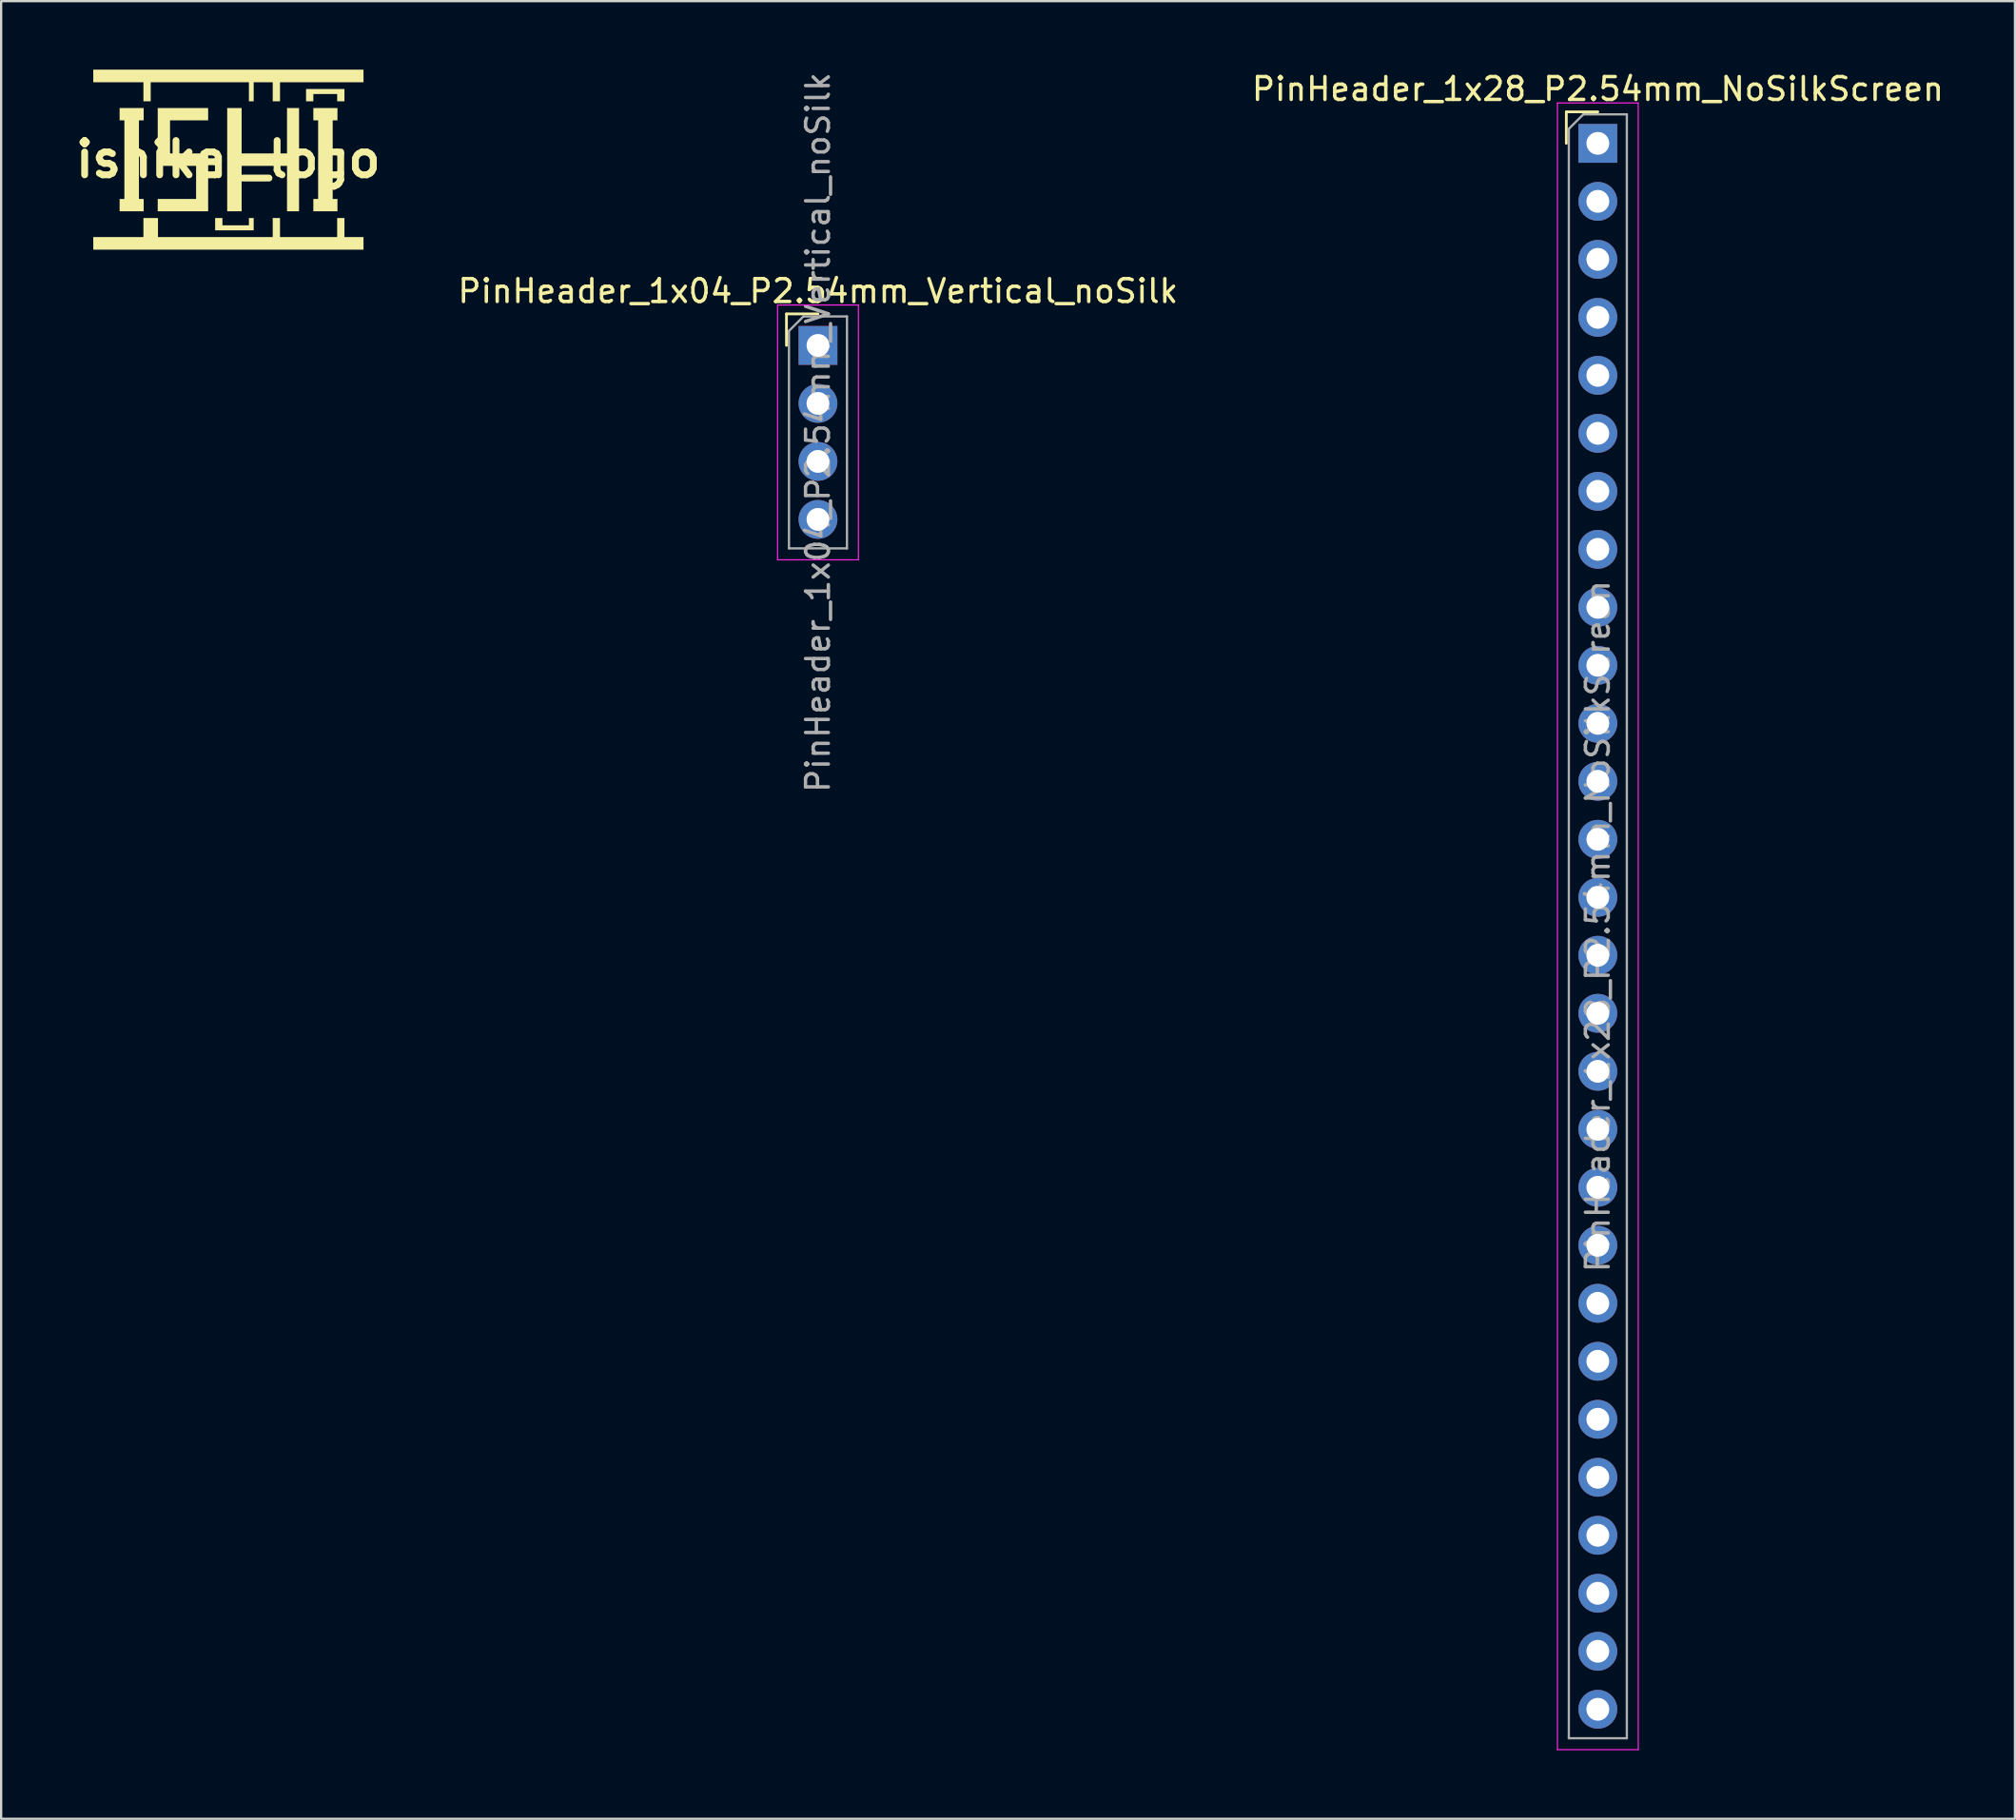
<source format=kicad_pcb>
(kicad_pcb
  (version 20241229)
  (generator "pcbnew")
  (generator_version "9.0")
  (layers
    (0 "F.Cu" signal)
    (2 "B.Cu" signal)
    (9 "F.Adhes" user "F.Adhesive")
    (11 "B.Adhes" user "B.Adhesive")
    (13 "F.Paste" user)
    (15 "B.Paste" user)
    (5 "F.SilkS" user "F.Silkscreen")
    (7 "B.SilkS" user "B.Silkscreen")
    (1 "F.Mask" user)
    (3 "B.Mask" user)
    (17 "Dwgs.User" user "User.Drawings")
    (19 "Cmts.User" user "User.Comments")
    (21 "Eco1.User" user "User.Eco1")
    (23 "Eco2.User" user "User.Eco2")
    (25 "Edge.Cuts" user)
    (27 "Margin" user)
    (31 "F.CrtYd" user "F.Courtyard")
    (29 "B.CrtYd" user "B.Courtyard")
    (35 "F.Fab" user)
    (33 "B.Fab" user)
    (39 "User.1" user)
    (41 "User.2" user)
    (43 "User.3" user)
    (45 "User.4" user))
  (footprint "ishikai_logo"
    (layer "F.Cu")
    (at 6.943 3.927)
    (property "Reference" "ishikai_logo" (at 0 0 0) (layer "F.SilkS") (effects (font (size 1.5 1.5) (thickness 0.3))))
    (attr board_only exclude_from_pos_files exclude_from_bom)
    (fp_poly (pts (xy -0.252 2.73) (xy -0.252 2.89) (xy 0.328 2.89) (xy 0.908 2.89) (xy 0.908 2.73) (xy 0.908 2.571) (xy 1.012 2.571) (xy 1.117 2.571) (xy 1.117 2.841) (xy 1.117 3.111) (xy 0.273 3.111) (xy -0.571 3.111) (xy -0.571 2.841) (xy -0.571 2.571) (xy -0.411 2.571) (xy -0.252 2.571)) (stroke (width 0) (type solid)) (fill yes) (layer "F.SilkS"))
    (fp_poly (pts (xy 5.092 -2.81) (xy 5.092 -2.54) (xy 4.933 -2.54) (xy 4.773 -2.54) (xy 4.773 -2.7) (xy 4.773 -2.859) (xy 4.252 -2.859) (xy 3.73 -2.859) (xy 3.73 -2.7) (xy 3.73 -2.54) (xy 3.571 -2.54) (xy 3.411 -2.54) (xy 3.411 -2.81) (xy 3.411 -3.08) (xy 4.252 -3.08) (xy 5.092 -3.08)) (stroke (width 0) (type solid)) (fill yes) (layer "F.SilkS"))
    (fp_poly (pts (xy -3.7 -1.976) (xy -3.7 -1.706) (xy -3.804 -1.706) (xy -3.908 -1.706) (xy -3.908 0.015) (xy -3.908 1.736) (xy -3.804 1.736) (xy -3.7 1.736) (xy -3.7 2.006) (xy -3.7 2.276) (xy -4.227 2.276) (xy -4.755 2.276) (xy -4.755 2.006) (xy -4.755 1.736) (xy -4.651 1.736) (xy -4.546 1.736) (xy -4.546 0.015) (xy -4.546 -1.706) (xy -4.651 -1.706) (xy -4.755 -1.706) (xy -4.755 -1.976) (xy -4.755 -2.246) (xy -4.227 -2.246) (xy -3.7 -2.246)) (stroke (width 0) (type solid)) (fill yes) (layer "F.SilkS"))
    (fp_poly (pts (xy -0.877 -1.976) (xy -0.877 -1.706) (xy -1.712 -1.706) (xy -2.546 -1.706) (xy -2.546 -0.982) (xy -2.546 -0.258) (xy -1.712 -0.258) (xy -0.877 -0.258) (xy -0.877 1.009) (xy -0.877 2.276) (xy -1.982 2.276) (xy -3.086 2.276) (xy -3.086 2.006) (xy -3.086 1.736) (xy -2.246 1.736) (xy -1.405 1.736) (xy -1.405 1.012) (xy -1.405 0.288) (xy -2.246 0.288) (xy -3.086 0.288) (xy -3.086 -0.979) (xy -3.086 -2.246) (xy -1.982 -2.246) (xy -0.877 -2.246)) (stroke (width 0) (type solid)) (fill yes) (layer "F.SilkS"))
    (fp_poly (pts (xy 0.589 -1.252) (xy 0.589 -0.258) (xy 1.583 -0.258) (xy 2.577 -0.258) (xy 2.577 -1.252) (xy 2.577 -2.246) (xy 2.841 -2.246) (xy 3.104 -2.246) (xy 3.104 0.015) (xy 3.104 2.276) (xy 2.841 2.276) (xy 2.577 2.276) (xy 2.577 1.282) (xy 2.577 0.288) (xy 1.583 0.288) (xy 0.589 0.288) (xy 0.589 1.282) (xy 0.589 2.276) (xy 0.273 2.276) (xy -0.043 2.276) (xy -0.043 0.015) (xy -0.043 -2.246) (xy 0.273 -2.246) (xy 0.589 -2.246)) (stroke (width 0) (type solid)) (fill yes) (layer "F.SilkS"))
    (fp_poly (pts (xy 4.786 -1.976) (xy 4.786 -1.706) (xy 4.681 -1.706) (xy 4.577 -1.706) (xy 4.577 0.015) (xy 4.577 1.736) (xy 4.681 1.736) (xy 4.786 1.736) (xy 4.786 2.006) (xy 4.786 2.276) (xy 4.258 2.276) (xy 3.73 2.276) (xy 3.73 2.006) (xy 3.73 1.736) (xy 3.835 1.736) (xy 3.939 1.736) (xy 3.939 0.015) (xy 3.939 -1.706) (xy 3.835 -1.706) (xy 3.73 -1.706) (xy 3.73 -1.976) (xy 3.73 -2.246) (xy 4.258 -2.246) (xy 4.786 -2.246)) (stroke (width 0) (type solid)) (fill yes) (layer "F.SilkS"))
    (fp_poly (pts (xy -3.074 2.988) (xy -3.074 3.405) (xy -0.561 3.405) (xy 1.951 3.405) (xy 1.951 2.988) (xy 1.951 2.571) (xy 2.111 2.571) (xy 2.27 2.571) (xy 2.27 2.988) (xy 2.27 3.405) (xy 3.522 3.405) (xy 4.773 3.405) (xy 4.773 2.988) (xy 4.773 2.571) (xy 4.933 2.571) (xy 5.092 2.571) (xy 5.092 2.988) (xy 5.092 3.405) (xy 5.509 3.405) (xy 5.927 3.405) (xy 5.927 3.681) (xy 5.927 3.957) (xy 0.009 3.957) (xy -5.908 3.957) (xy -5.908 3.681) (xy -5.908 3.405) (xy -4.81 3.405) (xy -3.712 3.405) (xy -3.712 2.988) (xy -3.712 2.571) (xy -3.393 2.571) (xy -3.074 2.571)) (stroke (width 0) (type solid)) (fill yes) (layer "F.SilkS"))
    (fp_poly (pts (xy 5.927 -3.65) (xy 5.927 -3.374) (xy 4.098 -3.374) (xy 2.27 -3.374) (xy 2.27 -2.957) (xy 2.27 -2.54) (xy 2.111 -2.54) (xy 1.951 -2.54) (xy 1.951 -2.957) (xy 1.951 -3.374) (xy 1.534 -3.374) (xy 1.117 -3.374) (xy 1.117 -2.957) (xy 1.117 -2.54) (xy 1.012 -2.54) (xy 0.908 -2.54) (xy 0.908 -2.957) (xy 0.908 -3.374) (xy -1.242 -3.374) (xy -3.393 -3.374) (xy -3.393 -2.957) (xy -3.393 -2.54) (xy -3.552 -2.54) (xy -3.712 -2.54) (xy -3.712 -2.957) (xy -3.712 -3.374) (xy -4.81 -3.374) (xy -5.908 -3.374) (xy -5.908 -3.65) (xy -5.908 -3.927) (xy 0.009 -3.927) (xy 5.927 -3.927)) (stroke (width 0) (type solid)) (fill yes) (layer "F.SilkS")))
  (footprint "PinHeader_1x04_P2.54mm_Vertical_noSilk"
    (layer "F.Cu")
    (at 32.773 12.077)
    (property "Reference" "PinHeader_1x04_P2.54mm_Vertical_noSilk" (at 0 -2.38 0) (layer "F.SilkS") (effects (font (size 1 1) (thickness 0.15))))
    (attr through_hole)
    (fp_line (start -1.38 -1.38) (end 0 -1.38) (stroke (width 0.12) (type solid)) (layer "F.SilkS"))
    (fp_line (start -1.38 0) (end -1.38 -1.38) (stroke (width 0.12) (type solid)) (layer "F.SilkS"))
    (fp_line (start -1.77 -1.77) (end -1.77 9.39) (stroke (width 0.05) (type solid)) (layer "F.CrtYd"))
    (fp_line (start -1.77 9.39) (end 1.77 9.39) (stroke (width 0.05) (type solid)) (layer "F.CrtYd"))
    (fp_line (start 1.77 -1.77) (end -1.77 -1.77) (stroke (width 0.05) (type solid)) (layer "F.CrtYd"))
    (fp_line (start 1.77 9.39) (end 1.77 -1.77) (stroke (width 0.05) (type solid)) (layer "F.CrtYd"))
    (fp_line (start -1.27 -0.635) (end -0.635 -1.27) (stroke (width 0.1) (type solid)) (layer "F.Fab"))
    (fp_line (start -1.27 8.89) (end -1.27 -0.635) (stroke (width 0.1) (type solid)) (layer "F.Fab"))
    (fp_line (start -0.635 -1.27) (end 1.27 -1.27) (stroke (width 0.1) (type solid)) (layer "F.Fab"))
    (fp_line (start 1.27 -1.27) (end 1.27 8.89) (stroke (width 0.1) (type solid)) (layer "F.Fab"))
    (fp_line (start 1.27 8.89) (end -1.27 8.89) (stroke (width 0.1) (type solid)) (layer "F.Fab"))
    (fp_text user "${REFERENCE}" (at 0 3.81 90) (layer "F.Fab") (effects (font (size 1 1) (thickness 0.15))))
    (pad "1" thru_hole rect (at 0 0) (size 1.7 1.7) (drill 1) (layers "*.Cu" "*.Mask"))
    (pad "2" thru_hole circle (at 0 2.54) (size 1.7 1.7) (drill 1) (layers "*.Cu" "*.Mask"))
    (pad "3" thru_hole circle (at 0 5.08) (size 1.7 1.7) (drill 1) (layers "*.Cu" "*.Mask"))
    (pad "4" thru_hole circle (at 0 7.62) (size 1.7 1.7) (drill 1) (layers "*.Cu" "*.Mask")))
  (footprint "PinHeader_1x28_P2.54mm_NoSilkScreen"
    (layer "F.Cu")
    (at 66.927 3.228)
    (property "Reference" "PinHeader_1x28_P2.54mm_NoSilkScreen" (at 0 -2.38 0) (layer "F.SilkS") (effects (font (size 1 1) (thickness 0.15))))
    (attr through_hole)
    (fp_line (start -1.38 -1.38) (end 0 -1.38) (stroke (width 0.12) (type solid)) (layer "F.SilkS"))
    (fp_line (start -1.38 0) (end -1.38 -1.38) (stroke (width 0.12) (type solid)) (layer "F.SilkS"))
    (fp_line (start -1.77 -1.77) (end -1.77 70.35) (stroke (width 0.05) (type solid)) (layer "F.CrtYd"))
    (fp_line (start -1.77 70.35) (end 1.77 70.35) (stroke (width 0.05) (type solid)) (layer "F.CrtYd"))
    (fp_line (start 1.77 -1.77) (end -1.77 -1.77) (stroke (width 0.05) (type solid)) (layer "F.CrtYd"))
    (fp_line (start 1.77 70.35) (end 1.77 -1.77) (stroke (width 0.05) (type solid)) (layer "F.CrtYd"))
    (fp_line (start -1.27 -0.635) (end -0.635 -1.27) (stroke (width 0.1) (type solid)) (layer "F.Fab"))
    (fp_line (start -1.27 69.85) (end -1.27 -0.635) (stroke (width 0.1) (type solid)) (layer "F.Fab"))
    (fp_line (start -0.635 -1.27) (end 1.27 -1.27) (stroke (width 0.1) (type solid)) (layer "F.Fab"))
    (fp_line (start 1.27 -1.27) (end 1.27 69.85) (stroke (width 0.1) (type solid)) (layer "F.Fab"))
    (fp_line (start 1.27 69.85) (end -1.27 69.85) (stroke (width 0.1) (type solid)) (layer "F.Fab"))
    (fp_text user "${REFERENCE}" (at 0 34.29 90) (layer "F.Fab") (effects (font (size 1 1) (thickness 0.15))))
    (pad "1" thru_hole rect (at 0 0) (size 1.7 1.7) (drill 1) (layers "*.Cu" "*.Mask"))
    (pad "2" thru_hole circle (at 0 2.54) (size 1.7 1.7) (drill 1) (layers "*.Cu" "*.Mask"))
    (pad "3" thru_hole circle (at 0 5.08) (size 1.7 1.7) (drill 1) (layers "*.Cu" "*.Mask"))
    (pad "4" thru_hole circle (at 0 7.62) (size 1.7 1.7) (drill 1) (layers "*.Cu" "*.Mask"))
    (pad "5" thru_hole circle (at 0 10.16) (size 1.7 1.7) (drill 1) (layers "*.Cu" "*.Mask"))
    (pad "6" thru_hole circle (at 0 12.7) (size 1.7 1.7) (drill 1) (layers "*.Cu" "*.Mask"))
    (pad "7" thru_hole circle (at 0 15.24) (size 1.7 1.7) (drill 1) (layers "*.Cu" "*.Mask"))
    (pad "8" thru_hole circle (at 0 17.78) (size 1.7 1.7) (drill 1) (layers "*.Cu" "*.Mask"))
    (pad "9" thru_hole circle (at 0 20.32) (size 1.7 1.7) (drill 1) (layers "*.Cu" "*.Mask"))
    (pad "10" thru_hole circle (at 0 22.86) (size 1.7 1.7) (drill 1) (layers "*.Cu" "*.Mask"))
    (pad "11" thru_hole circle (at 0 25.4) (size 1.7 1.7) (drill 1) (layers "*.Cu" "*.Mask"))
    (pad "12" thru_hole circle (at 0 27.94) (size 1.7 1.7) (drill 1) (layers "*.Cu" "*.Mask"))
    (pad "13" thru_hole circle (at 0 30.48) (size 1.7 1.7) (drill 1) (layers "*.Cu" "*.Mask"))
    (pad "14" thru_hole circle (at 0 33.02) (size 1.7 1.7) (drill 1) (layers "*.Cu" "*.Mask"))
    (pad "15" thru_hole circle (at 0 35.56) (size 1.7 1.7) (drill 1) (layers "*.Cu" "*.Mask"))
    (pad "16" thru_hole circle (at 0 38.1) (size 1.7 1.7) (drill 1) (layers "*.Cu" "*.Mask"))
    (pad "17" thru_hole circle (at 0 40.64) (size 1.7 1.7) (drill 1) (layers "*.Cu" "*.Mask"))
    (pad "18" thru_hole circle (at 0 43.18) (size 1.7 1.7) (drill 1) (layers "*.Cu" "*.Mask"))
    (pad "19" thru_hole circle (at 0 45.72) (size 1.7 1.7) (drill 1) (layers "*.Cu" "*.Mask"))
    (pad "20" thru_hole circle (at 0 48.26) (size 1.7 1.7) (drill 1) (layers "*.Cu" "*.Mask"))
    (pad "21" thru_hole circle (at 0 50.8) (size 1.7 1.7) (drill 1) (layers "*.Cu" "*.Mask"))
    (pad "22" thru_hole circle (at 0 53.34) (size 1.7 1.7) (drill 1) (layers "*.Cu" "*.Mask"))
    (pad "23" thru_hole circle (at 0 55.88) (size 1.7 1.7) (drill 1) (layers "*.Cu" "*.Mask"))
    (pad "24" thru_hole circle (at 0 58.42) (size 1.7 1.7) (drill 1) (layers "*.Cu" "*.Mask"))
    (pad "25" thru_hole circle (at 0 60.96) (size 1.7 1.7) (drill 1) (layers "*.Cu" "*.Mask"))
    (pad "26" thru_hole circle (at 0 63.5) (size 1.7 1.7) (drill 1) (layers "*.Cu" "*.Mask"))
    (pad "27" thru_hole circle (at 0 66.04) (size 1.7 1.7) (drill 1) (layers "*.Cu" "*.Mask"))
    (pad "28" thru_hole circle (at 0 68.58) (size 1.7 1.7) (drill 1) (layers "*.Cu" "*.Mask")))
  (gr_rect
    (start -3 -3)
    (end 85.195 76.603)
    (stroke (width 0.1) (type default))
    (fill no)
    (layer "Edge.Cuts")))
</source>
